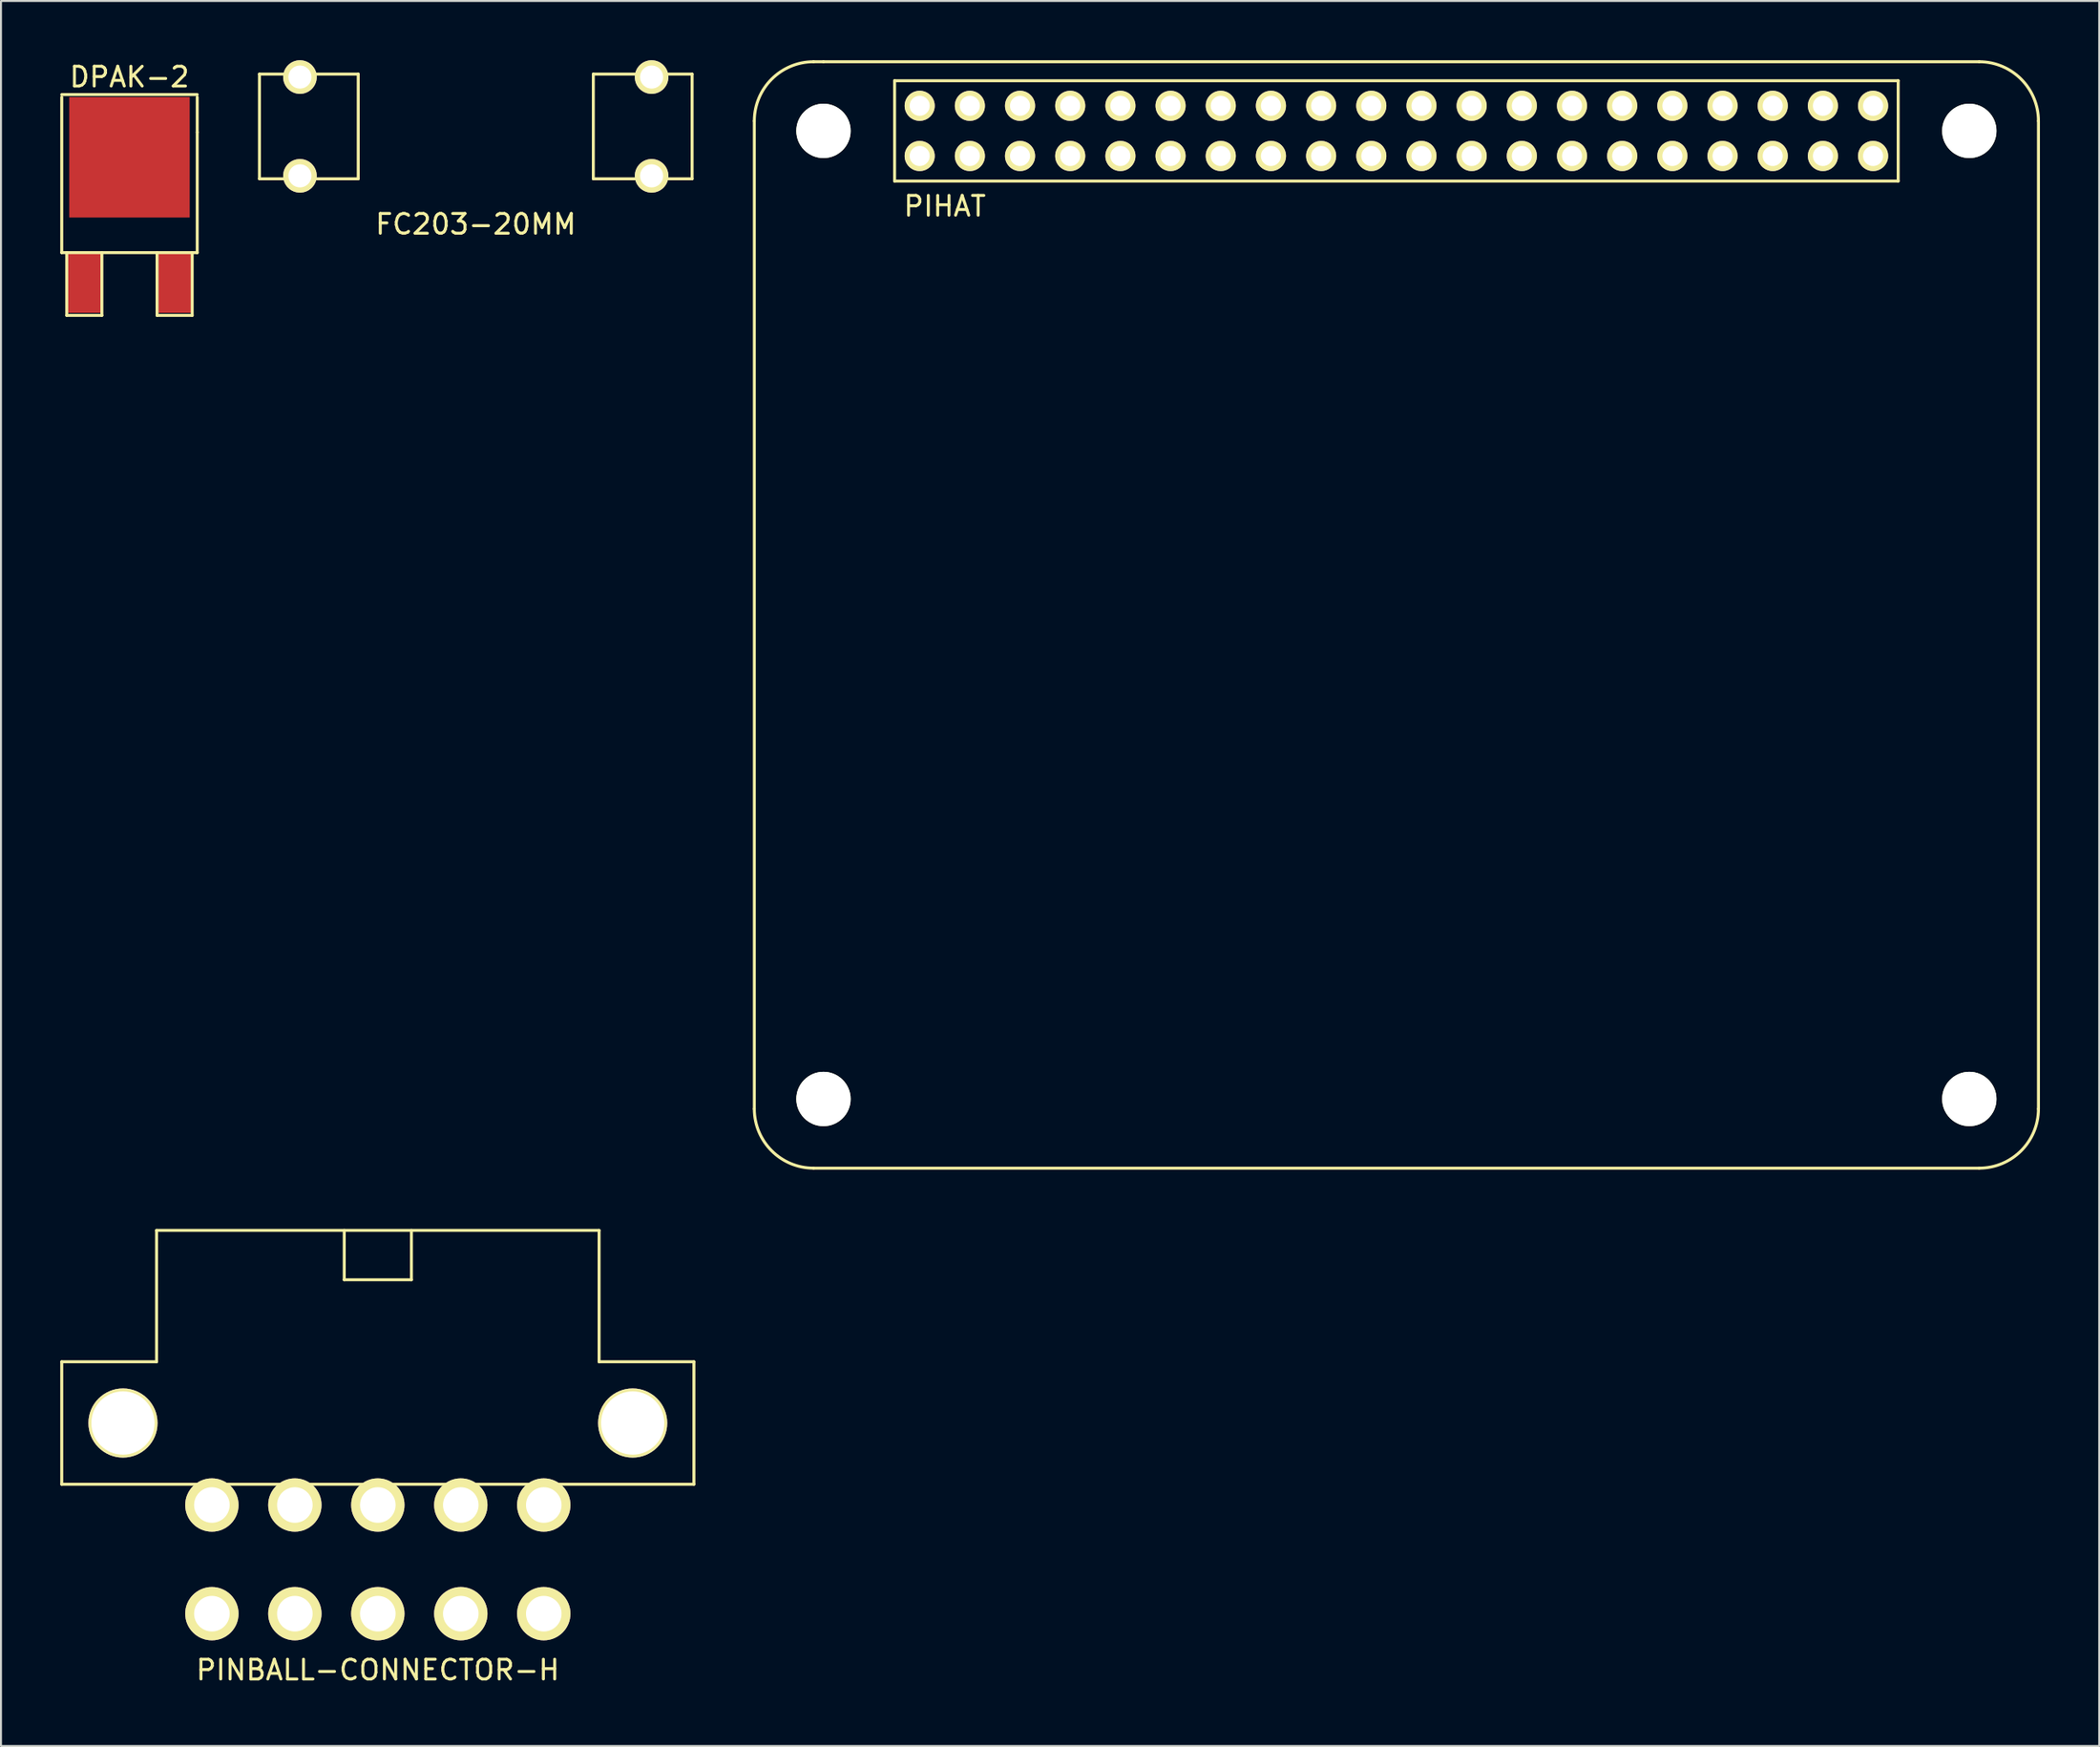
<source format=kicad_pcb>
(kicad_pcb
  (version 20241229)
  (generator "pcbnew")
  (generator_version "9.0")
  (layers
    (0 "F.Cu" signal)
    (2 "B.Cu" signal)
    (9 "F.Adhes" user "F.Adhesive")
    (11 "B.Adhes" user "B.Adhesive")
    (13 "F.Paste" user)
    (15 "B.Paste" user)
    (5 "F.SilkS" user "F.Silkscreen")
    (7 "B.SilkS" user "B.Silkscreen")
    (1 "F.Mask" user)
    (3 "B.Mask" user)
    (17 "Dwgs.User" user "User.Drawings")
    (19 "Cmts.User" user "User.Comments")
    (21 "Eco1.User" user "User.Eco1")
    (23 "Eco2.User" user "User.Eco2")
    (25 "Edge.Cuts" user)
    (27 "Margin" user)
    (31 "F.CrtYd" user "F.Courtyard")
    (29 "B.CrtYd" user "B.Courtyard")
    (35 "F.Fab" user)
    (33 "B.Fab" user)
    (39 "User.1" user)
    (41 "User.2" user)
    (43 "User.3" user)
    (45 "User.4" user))
  (footprint "PINBALL-CONNECTOR-H"
    (layer "F.Cu")
    (at 16.075 68.975)
    (property "Reference" "PINBALL-CONNECTOR-H" (at 0 12.5 180) (layer "F.SilkS") (effects (font (size 1 1) (thickness 0.15))))
    (attr through_hole)
    (fp_line (start -16 -3.1) (end -11.2 -3.1) (stroke (width 0.15) (type solid)) (layer "F.SilkS"))
    (fp_line (start -16 3.1) (end -16 -3.1) (stroke (width 0.15) (type solid)) (layer "F.SilkS"))
    (fp_line (start -11.2 -9.75) (end 11.2 -9.75) (stroke (width 0.15) (type solid)) (layer "F.SilkS"))
    (fp_line (start -11.2 -3.1) (end -11.2 -9.75) (stroke (width 0.15) (type solid)) (layer "F.SilkS"))
    (fp_line (start -1.7 -9.75) (end -1.7 -7.25) (stroke (width 0.15) (type solid)) (layer "F.SilkS"))
    (fp_line (start -1.7 -7.25) (end 1.7 -7.25) (stroke (width 0.15) (type solid)) (layer "F.SilkS"))
    (fp_line (start 1.7 -9.75) (end 1.7 -7.25) (stroke (width 0.15) (type solid)) (layer "F.SilkS"))
    (fp_line (start 11.2 -9.75) (end 11.2 -3.1) (stroke (width 0.15) (type solid)) (layer "F.SilkS"))
    (fp_line (start 11.2 -3.1) (end 16 -3.1) (stroke (width 0.15) (type solid)) (layer "F.SilkS"))
    (fp_line (start 16 -3.1) (end 16 3.1) (stroke (width 0.15) (type solid)) (layer "F.SilkS"))
    (fp_line (start 16 3.1) (end -16 3.1) (stroke (width 0.15) (type solid)) (layer "F.SilkS"))
    (pad "" np_thru_hole circle (at -12.9 0 180) (size 3.5 3.5) (drill 3.2) (layers "*.Cu" "*.Mask" "F.SilkS"))
    (pad "" np_thru_hole circle (at 12.9 0 180) (size 3.5 3.5) (drill 3.2) (layers "*.Cu" "*.Mask" "F.SilkS"))
    (pad "1" thru_hole circle (at -8.4 4.15 180) (size 2.7 2.7) (drill 1.8) (layers "*.Cu" "*.Mask" "F.SilkS"))
    (pad "2" thru_hole circle (at -4.2 4.15 180) (size 2.7 2.7) (drill 1.8) (layers "*.Cu" "*.Mask" "F.SilkS"))
    (pad "3" thru_hole circle (at 0 4.15 180) (size 2.7 2.7) (drill 1.8) (layers "*.Cu" "*.Mask" "F.SilkS"))
    (pad "4" thru_hole circle (at 4.2 4.15 180) (size 2.7 2.7) (drill 1.8) (layers "*.Cu" "*.Mask" "F.SilkS"))
    (pad "5" thru_hole circle (at 8.4 4.15 180) (size 2.7 2.7) (drill 1.8) (layers "*.Cu" "*.Mask" "F.SilkS"))
    (pad "6" thru_hole circle (at -8.4 9.65 180) (size 2.7 2.7) (drill 1.8) (layers "*.Cu" "*.Mask" "F.SilkS"))
    (pad "7" thru_hole circle (at -4.2 9.65 180) (size 2.7 2.7) (drill 1.8) (layers "*.Cu" "*.Mask" "F.SilkS"))
    (pad "8" thru_hole circle (at 0 9.65 180) (size 2.7 2.7) (drill 1.8) (layers "*.Cu" "*.Mask" "F.SilkS"))
    (pad "9" thru_hole circle (at 4.2 9.65 180) (size 2.7 2.7) (drill 1.8) (layers "*.Cu" "*.Mask" "F.SilkS"))
    (pad "10" thru_hole circle (at 8.4 9.65 180) (size 2.7 2.7) (drill 1.8) (layers "*.Cu" "*.Mask" "F.SilkS")))
  (footprint "DPAK-2"
    (layer "F.Cu")
    (at 3.504 11.262)
    (property "Reference" "DPAK-2" (at 0 -10.414 0) (layer "F.SilkS") (effects (font (size 1 1) (thickness 0.15))))
    (attr smd)
    (fp_line (start -3.429 -9.525) (end 3.429 -9.525) (stroke (width 0.15) (type solid)) (layer "F.SilkS"))
    (fp_line (start -3.429 -1.524) (end -3.429 -9.398) (stroke (width 0.15) (type solid)) (layer "F.SilkS"))
    (fp_line (start -3.175 -1.524) (end -3.175 1.651) (stroke (width 0.15) (type solid)) (layer "F.SilkS"))
    (fp_line (start -3.175 1.651) (end -1.397 1.651) (stroke (width 0.15) (type solid)) (layer "F.SilkS"))
    (fp_line (start -1.397 1.651) (end -1.397 -1.524) (stroke (width 0.15) (type solid)) (layer "F.SilkS"))
    (fp_line (start 1.397 -1.524) (end 1.397 1.651) (stroke (width 0.15) (type solid)) (layer "F.SilkS"))
    (fp_line (start 1.397 1.651) (end 3.175 1.651) (stroke (width 0.15) (type solid)) (layer "F.SilkS"))
    (fp_line (start 3.175 1.651) (end 3.175 -1.524) (stroke (width 0.15) (type solid)) (layer "F.SilkS"))
    (fp_line (start 3.429 -9.398) (end 3.429 -7.62) (stroke (width 0.15) (type solid)) (layer "F.SilkS"))
    (fp_line (start 3.429 -7.62) (end 3.429 -1.524) (stroke (width 0.15) (type solid)) (layer "F.SilkS"))
    (fp_line (start 3.429 -1.524) (end -3.429 -1.524) (stroke (width 0.15) (type solid)) (layer "F.SilkS"))
    (pad "D" smd rect (at 0 -6.35) (size 6.096 6.096) (layers "F.Cu" "F.Mask" "F.Paste"))
    (pad "G" smd rect (at -2.286 0) (size 1.651 3.048) (layers "F.Cu" "F.Mask" "F.Paste"))
    (pad "S" smd rect (at 2.286 0) (size 1.651 3.048) (layers "F.Cu" "F.Mask" "F.Paste")))
  (footprint "PIHAT"
    (layer "F.Cu")
    (at 67.633 3.575)
    (property "Reference" "PIHAT" (at -22.86 3.81 0) (layer "F.SilkS") (effects (font (size 1 1) (thickness 0.15))))
    (attr through_hole)
    (fp_line (start -32.5 -0.5) (end -32.5 49.5) (stroke (width 0.15) (type solid)) (layer "F.SilkS"))
    (fp_line (start -29 -3.5) (end -29.5 -3.5) (stroke (width 0.15) (type solid)) (layer "F.SilkS"))
    (fp_line (start -25.4 -2.54) (end -25.4 2.54) (stroke (width 0.15) (type solid)) (layer "F.SilkS"))
    (fp_line (start -25.4 2.54) (end 25.4 2.54) (stroke (width 0.15) (type solid)) (layer "F.SilkS"))
    (fp_line (start 25.4 -2.54) (end -25.4 -2.54) (stroke (width 0.15) (type solid)) (layer "F.SilkS"))
    (fp_line (start 25.4 2.54) (end 25.4 -2.54) (stroke (width 0.15) (type solid)) (layer "F.SilkS"))
    (fp_line (start 29.5 -3.5) (end -29 -3.5) (stroke (width 0.15) (type solid)) (layer "F.SilkS"))
    (fp_line (start 29.5 52.5) (end -29.5 52.5) (stroke (width 0.15) (type solid)) (layer "F.SilkS"))
    (fp_line (start 32.5 49.5) (end 32.5 -0.5) (stroke (width 0.15) (type solid)) (layer "F.SilkS"))
    (fp_arc (start -32.5 -0.5) (mid -31.62132 -2.62132) (end -29.5 -3.5) (stroke (width 0.15) (type solid)) (layer "F.SilkS"))
    (fp_arc (start -29.5 52.5) (mid -31.62132 51.62132) (end -32.5 49.5) (stroke (width 0.15) (type solid)) (layer "F.SilkS"))
    (fp_arc (start 29.5 -3.5) (mid 31.62132 -2.62132) (end 32.5 -0.5) (stroke (width 0.15) (type solid)) (layer "F.SilkS"))
    (fp_arc (start 32.5 49.5) (mid 31.62132 51.62132) (end 29.5 52.5) (stroke (width 0.15) (type solid)) (layer "F.SilkS"))
    (pad "" np_thru_hole circle (at -29 0) (size 2.75 2.75) (drill 2.75) (layers "*.Cu" "*.Mask" "F.SilkS"))
    (pad "" np_thru_hole circle (at -29 49) (size 2.75 2.75) (drill 2.75) (layers "*.Cu" "*.Mask" "F.SilkS"))
    (pad "" np_thru_hole circle (at 29 0) (size 2.75 2.75) (drill 2.75) (layers "*.Cu" "*.Mask" "F.SilkS"))
    (pad "" np_thru_hole circle (at 29 49) (size 2.75 2.75) (drill 2.75) (layers "*.Cu" "*.Mask" "F.SilkS"))
    (pad "1" thru_hole circle (at -24.13 1.27) (size 1.524 1.524) (drill 1.016) (layers "*.Cu" "*.Mask" "F.SilkS"))
    (pad "2" thru_hole circle (at -24.13 -1.27) (size 1.524 1.524) (drill 1.016) (layers "*.Cu" "*.Mask" "F.SilkS"))
    (pad "3" thru_hole circle (at -21.59 1.27) (size 1.524 1.524) (drill 1.016) (layers "*.Cu" "*.Mask" "F.SilkS"))
    (pad "4" thru_hole circle (at -21.59 -1.27) (size 1.524 1.524) (drill 1.016) (layers "*.Cu" "*.Mask" "F.SilkS"))
    (pad "5" thru_hole circle (at -19.05 1.27) (size 1.524 1.524) (drill 1.016) (layers "*.Cu" "*.Mask" "F.SilkS"))
    (pad "6" thru_hole circle (at -19.05 -1.27) (size 1.524 1.524) (drill 1.016) (layers "*.Cu" "*.Mask" "F.SilkS"))
    (pad "7" thru_hole circle (at -16.51 1.27) (size 1.524 1.524) (drill 1.016) (layers "*.Cu" "*.Mask" "F.SilkS"))
    (pad "8" thru_hole circle (at -16.51 -1.27) (size 1.524 1.524) (drill 1.016) (layers "*.Cu" "*.Mask" "F.SilkS"))
    (pad "9" thru_hole circle (at -13.97 1.27) (size 1.524 1.524) (drill 1.016) (layers "*.Cu" "*.Mask" "F.SilkS"))
    (pad "10" thru_hole circle (at -13.97 -1.27) (size 1.524 1.524) (drill 1.016) (layers "*.Cu" "*.Mask" "F.SilkS"))
    (pad "11" thru_hole circle (at -11.43 1.27) (size 1.524 1.524) (drill 1.016) (layers "*.Cu" "*.Mask" "F.SilkS"))
    (pad "12" thru_hole circle (at -11.43 -1.27) (size 1.524 1.524) (drill 1.016) (layers "*.Cu" "*.Mask" "F.SilkS"))
    (pad "13" thru_hole circle (at -8.89 1.27) (size 1.524 1.524) (drill 1.016) (layers "*.Cu" "*.Mask" "F.SilkS"))
    (pad "14" thru_hole circle (at -8.89 -1.27) (size 1.524 1.524) (drill 1.016) (layers "*.Cu" "*.Mask" "F.SilkS"))
    (pad "15" thru_hole circle (at -6.35 1.27) (size 1.524 1.524) (drill 1.016) (layers "*.Cu" "*.Mask" "F.SilkS"))
    (pad "16" thru_hole circle (at -6.35 -1.27) (size 1.524 1.524) (drill 1.016) (layers "*.Cu" "*.Mask" "F.SilkS"))
    (pad "17" thru_hole circle (at -3.81 1.27) (size 1.524 1.524) (drill 1.016) (layers "*.Cu" "*.Mask" "F.SilkS"))
    (pad "18" thru_hole circle (at -3.81 -1.27) (size 1.524 1.524) (drill 1.016) (layers "*.Cu" "*.Mask" "F.SilkS"))
    (pad "19" thru_hole circle (at -1.27 1.27) (size 1.524 1.524) (drill 1.016) (layers "*.Cu" "*.Mask" "F.SilkS"))
    (pad "20" thru_hole circle (at -1.27 -1.27) (size 1.524 1.524) (drill 1.016) (layers "*.Cu" "*.Mask" "F.SilkS"))
    (pad "21" thru_hole circle (at 1.27 1.27) (size 1.524 1.524) (drill 1.016) (layers "*.Cu" "*.Mask" "F.SilkS"))
    (pad "22" thru_hole circle (at 1.27 -1.27) (size 1.524 1.524) (drill 1.016) (layers "*.Cu" "*.Mask" "F.SilkS"))
    (pad "23" thru_hole circle (at 3.81 1.27) (size 1.524 1.524) (drill 1.016) (layers "*.Cu" "*.Mask" "F.SilkS"))
    (pad "24" thru_hole circle (at 3.81 -1.27) (size 1.524 1.524) (drill 1.016) (layers "*.Cu" "*.Mask" "F.SilkS"))
    (pad "25" thru_hole circle (at 6.35 1.27) (size 1.524 1.524) (drill 1.016) (layers "*.Cu" "*.Mask" "F.SilkS"))
    (pad "26" thru_hole circle (at 6.35 -1.27) (size 1.524 1.524) (drill 1.016) (layers "*.Cu" "*.Mask" "F.SilkS"))
    (pad "27" thru_hole circle (at 8.89 1.27) (size 1.524 1.524) (drill 1.016) (layers "*.Cu" "*.Mask" "F.SilkS"))
    (pad "28" thru_hole circle (at 8.89 -1.27) (size 1.524 1.524) (drill 1.016) (layers "*.Cu" "*.Mask" "F.SilkS"))
    (pad "29" thru_hole circle (at 11.43 1.27) (size 1.524 1.524) (drill 1.016) (layers "*.Cu" "*.Mask" "F.SilkS"))
    (pad "30" thru_hole circle (at 11.43 -1.27) (size 1.524 1.524) (drill 1.016) (layers "*.Cu" "*.Mask" "F.SilkS"))
    (pad "31" thru_hole circle (at 13.97 1.27) (size 1.524 1.524) (drill 1.016) (layers "*.Cu" "*.Mask" "F.SilkS"))
    (pad "32" thru_hole circle (at 13.97 -1.27) (size 1.524 1.524) (drill 1.016) (layers "*.Cu" "*.Mask" "F.SilkS"))
    (pad "33" thru_hole circle (at 16.51 1.27) (size 1.524 1.524) (drill 1.016) (layers "*.Cu" "*.Mask" "F.SilkS"))
    (pad "34" thru_hole circle (at 16.51 -1.27) (size 1.524 1.524) (drill 1.016) (layers "*.Cu" "*.Mask" "F.SilkS"))
    (pad "35" thru_hole circle (at 19.05 1.27) (size 1.524 1.524) (drill 1.016) (layers "*.Cu" "*.Mask" "F.SilkS"))
    (pad "36" thru_hole circle (at 19.05 -1.27) (size 1.524 1.524) (drill 1.016) (layers "*.Cu" "*.Mask" "F.SilkS"))
    (pad "37" thru_hole circle (at 21.59 1.27) (size 1.524 1.524) (drill 1.016) (layers "*.Cu" "*.Mask" "F.SilkS"))
    (pad "38" thru_hole circle (at 21.59 -1.27) (size 1.524 1.524) (drill 1.016) (layers "*.Cu" "*.Mask" "F.SilkS"))
    (pad "39" thru_hole circle (at 24.13 1.27) (size 1.524 1.524) (drill 1.016) (layers "*.Cu" "*.Mask" "F.SilkS"))
    (pad "40" thru_hole circle (at 24.13 -1.27) (size 1.524 1.524) (drill 1.016) (layers "*.Cu" "*.Mask" "F.SilkS")))
  (footprint "FC203-20MM"
    (layer "F.Cu")
    (at 21.033 3.35)
    (property "Reference" "FC203-20MM" (at 0 4.95 0) (layer "F.SilkS") (effects (font (size 1 1) (thickness 0.15))))
    (attr through_hole)
    (fp_line (start -10.95 -2.65) (end -5.95 -2.65) (stroke (width 0.15) (type solid)) (layer "F.SilkS"))
    (fp_line (start -10.95 2.65) (end -10.95 -2.65) (stroke (width 0.15) (type solid)) (layer "F.SilkS"))
    (fp_line (start -5.95 -2.65) (end -5.95 2.65) (stroke (width 0.15) (type solid)) (layer "F.SilkS"))
    (fp_line (start -5.95 2.65) (end -10.95 2.65) (stroke (width 0.15) (type solid)) (layer "F.SilkS"))
    (fp_line (start 5.95 -2.65) (end 10.95 -2.65) (stroke (width 0.15) (type solid)) (layer "F.SilkS"))
    (fp_line (start 5.95 2.65) (end 5.95 -2.65) (stroke (width 0.15) (type solid)) (layer "F.SilkS"))
    (fp_line (start 10.95 -2.65) (end 10.95 2.65) (stroke (width 0.15) (type solid)) (layer "F.SilkS"))
    (fp_line (start 10.95 2.65) (end 5.95 2.65) (stroke (width 0.15) (type solid)) (layer "F.SilkS"))
    (pad "1" thru_hole circle (at -8.9 -2.5) (size 1.7 1.7) (drill 1.17) (layers "*.Cu" "*.Mask" "F.SilkS"))
    (pad "1" thru_hole circle (at -8.9 2.5) (size 1.7 1.7) (drill 1.17) (layers "*.Cu" "*.Mask" "F.SilkS"))
    (pad "2" thru_hole circle (at 8.9 -2.5) (size 1.7 1.7) (drill 1.17) (layers "*.Cu" "*.Mask" "F.SilkS"))
    (pad "2" thru_hole circle (at 8.9 2.5) (size 1.7 1.7) (drill 1.17) (layers "*.Cu" "*.Mask" "F.SilkS")))
  (gr_rect
    (start -3 -3)
    (end 103.208 85.323)
    (stroke (width 0.1) (type default))
    (fill no)
    (layer "Edge.Cuts")))
</source>
